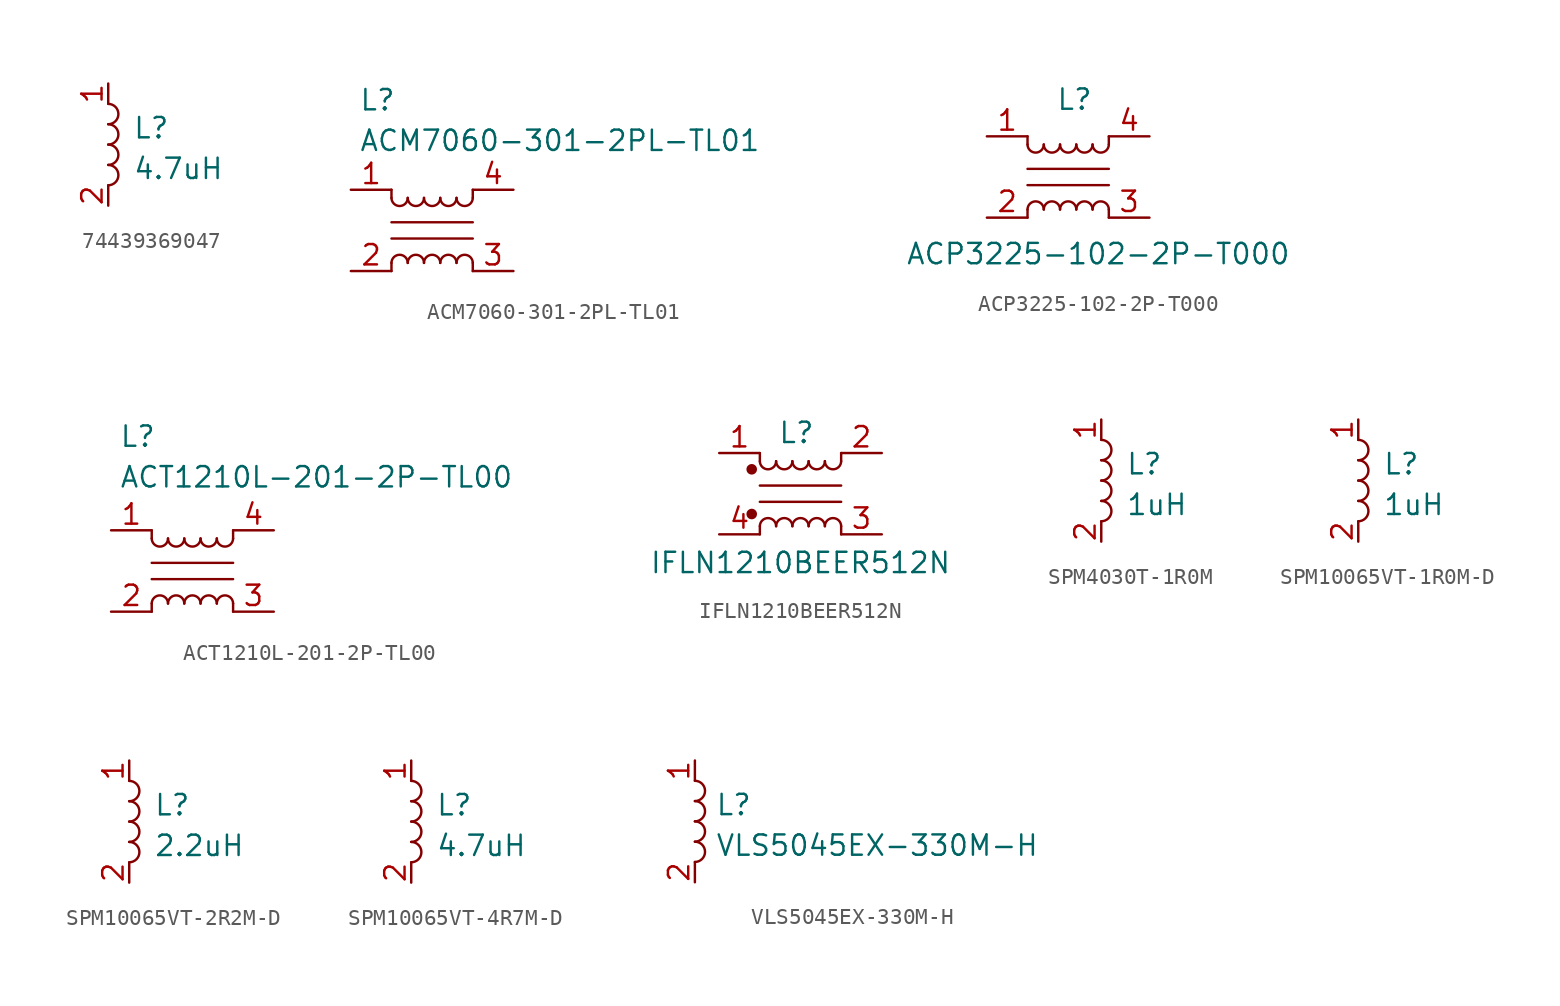
<source format=kicad_sym>
(kicad_symbol_lib
  (version 20241209)
  (generator "kicad_symbol_editor")
  (generator_version "9.0")
  (symbol "74439369047"
    (pin_names
      (hide yes))
    (property "Reference" "L"
      (at 1.524 5.588 0)
      (effects (font (size 1.27 1.27)) (justify left top)))
    (property "Value" "4.7uH"
      (at 1.524 3.048 0)
      (effects (font (size 1.27 1.27)) (justify left top)))
    (symbol "74439369047_0_1"
      (arc (start 0 6.35) (mid 0.6323 5.715) (end 0 5.08) (stroke (width 0) (type default)) (fill (type none)))
      (arc (start 0 5.08) (mid 0.6323 4.445) (end 0 3.81) (stroke (width 0) (type default)) (fill (type none)))
      (arc (start 0 3.81) (mid 0.6323 3.175) (end 0 2.54) (stroke (width 0) (type default)) (fill (type none)))
      (arc (start 0 2.54) (mid 0.6323 1.905) (end 0 1.27) (stroke (width 0) (type default)) (fill (type none))))
    (symbol "74439369047_1_1"
      (pin passive line (at 0 7.62 270) (length 1.27) (name "1" (effects (font (size 1.27 1.27)))) (number "1" (effects (font (size 1.27 1.27)))))
      (pin passive line (at 0 0 90) (length 1.27) (name "2" (effects (font (size 1.27 1.27)))) (number "2" (effects (font (size 1.27 1.27)))))))
  (symbol "ACM7060-301-2PL-TL01"
    (pin_names
      (hide yes))
    (property "Reference" "L"
      (at 0.508 6.35 0)
      (effects (font (size 1.27 1.27)) (justify left top)))
    (property "Value" "ACM7060-301-2PL-TL01"
      (at 0.508 3.81 0)
      (effects (font (size 1.27 1.27)) (justify left top)))
    (symbol "ACM7060-301-2PL-TL01_0_1"
      (polyline (pts (xy 2.54 -0.508) (xy 2.54 0)) (stroke (width 0) (type default)) (fill (type none)))
      (polyline (pts (xy 2.54 -2.032) (xy 7.62 -2.032)) (stroke (width 0) (type default)) (fill (type none)))
      (polyline (pts (xy 2.54 -4.572) (xy 2.54 -5.08)) (stroke (width 0) (type default)) (fill (type none)))
      (arc (start 3.556 -0.508) (mid 3.048 -1.0138) (end 2.54 -0.508) (stroke (width 0) (type default)) (fill (type none)))
      (arc (start 2.54 -4.572) (mid 3.048 -4.0662) (end 3.556 -4.572) (stroke (width 0) (type default)) (fill (type none)))
      (arc (start 4.572 -0.508) (mid 4.064 -1.0138) (end 3.556 -0.508) (stroke (width 0) (type default)) (fill (type none)))
      (arc (start 3.556 -4.572) (mid 4.064 -4.0662) (end 4.572 -4.572) (stroke (width 0) (type default)) (fill (type none)))
      (arc (start 5.588 -0.508) (mid 5.08 -1.0138) (end 4.572 -0.508) (stroke (width 0) (type default)) (fill (type none)))
      (arc (start 4.572 -4.572) (mid 5.08 -4.0662) (end 5.588 -4.572) (stroke (width 0) (type default)) (fill (type none)))
      (arc (start 6.604 -0.508) (mid 6.096 -1.0138) (end 5.588 -0.508) (stroke (width 0) (type default)) (fill (type none)))
      (arc (start 5.588 -4.572) (mid 6.096 -4.0662) (end 6.604 -4.572) (stroke (width 0) (type default)) (fill (type none)))
      (arc (start 7.62 -0.508) (mid 7.112 -1.0138) (end 6.604 -0.508) (stroke (width 0) (type default)) (fill (type none)))
      (arc (start 6.604 -4.572) (mid 7.112 -4.0662) (end 7.62 -4.572) (stroke (width 0) (type default)) (fill (type none)))
      (polyline (pts (xy 7.62 0) (xy 7.62 -0.508)) (stroke (width 0) (type default)) (fill (type none)))
      (polyline (pts (xy 7.62 -3.048) (xy 2.54 -3.048)) (stroke (width 0) (type default)) (fill (type none)))
      (polyline (pts (xy 7.62 -4.572) (xy 7.62 -5.08)) (stroke (width 0) (type default)) (fill (type none))))
    (symbol "ACM7060-301-2PL-TL01_1_1"
      (pin passive line (at 0 0 0) (length 2.54) (name "1" (effects (font (size 1.27 1.27)))) (number "1" (effects (font (size 1.27 1.27)))))
      (pin passive line (at 0 -5.08 0) (length 2.54) (name "2" (effects (font (size 1.27 1.27)))) (number "2" (effects (font (size 1.27 1.27)))))
      (pin passive line (at 10.16 0 180) (length 2.54) (name "4" (effects (font (size 1.27 1.27)))) (number "4" (effects (font (size 1.27 1.27)))))
      (pin passive line (at 10.16 -5.08 180) (length 2.54) (name "3" (effects (font (size 1.27 1.27)))) (number "3" (effects (font (size 1.27 1.27)))))))
  (symbol "ACP3225-102-2P-T000"
    (pin_names
      (hide yes))
    (property "Reference" "L"
      (at 4.318 3.048 0)
      (effects (font (size 1.27 1.27)) (justify left top)))
    (property "Value" "ACP3225-102-2P-T000"
      (at -5.08 -6.604 0)
      (effects (font (size 1.27 1.27)) (justify left top)))
    (symbol "ACP3225-102-2P-T000_0_1"
      (polyline (pts (xy 2.54 -0.508) (xy 2.54 0)) (stroke (width 0) (type default)) (fill (type none)))
      (polyline (pts (xy 2.54 -2.032) (xy 7.62 -2.032)) (stroke (width 0) (type default)) (fill (type none)))
      (polyline (pts (xy 2.54 -4.572) (xy 2.54 -5.08)) (stroke (width 0) (type default)) (fill (type none)))
      (arc (start 3.556 -0.508) (mid 3.048 -1.0138) (end 2.54 -0.508) (stroke (width 0) (type default)) (fill (type none)))
      (arc (start 2.54 -4.572) (mid 3.048 -4.0662) (end 3.556 -4.572) (stroke (width 0) (type default)) (fill (type none)))
      (arc (start 4.572 -0.508) (mid 4.064 -1.0138) (end 3.556 -0.508) (stroke (width 0) (type default)) (fill (type none)))
      (arc (start 3.556 -4.572) (mid 4.064 -4.0662) (end 4.572 -4.572) (stroke (width 0) (type default)) (fill (type none)))
      (arc (start 5.588 -0.508) (mid 5.08 -1.0138) (end 4.572 -0.508) (stroke (width 0) (type default)) (fill (type none)))
      (arc (start 4.572 -4.572) (mid 5.08 -4.0662) (end 5.588 -4.572) (stroke (width 0) (type default)) (fill (type none)))
      (arc (start 6.604 -0.508) (mid 6.096 -1.0138) (end 5.588 -0.508) (stroke (width 0) (type default)) (fill (type none)))
      (arc (start 5.588 -4.572) (mid 6.096 -4.0662) (end 6.604 -4.572) (stroke (width 0) (type default)) (fill (type none)))
      (arc (start 7.62 -0.508) (mid 7.112 -1.0138) (end 6.604 -0.508) (stroke (width 0) (type default)) (fill (type none)))
      (arc (start 6.604 -4.572) (mid 7.112 -4.0662) (end 7.62 -4.572) (stroke (width 0) (type default)) (fill (type none)))
      (polyline (pts (xy 7.62 0) (xy 7.62 -0.508)) (stroke (width 0) (type default)) (fill (type none)))
      (polyline (pts (xy 7.62 -3.048) (xy 2.54 -3.048)) (stroke (width 0) (type default)) (fill (type none)))
      (polyline (pts (xy 7.62 -4.572) (xy 7.62 -5.08)) (stroke (width 0) (type default)) (fill (type none))))
    (symbol "ACP3225-102-2P-T000_1_1"
      (pin passive line (at 0 0 0) (length 2.54) (name "1" (effects (font (size 1.27 1.27)))) (number "1" (effects (font (size 1.27 1.27)))))
      (pin passive line (at 0 -5.08 0) (length 2.54) (name "2" (effects (font (size 1.27 1.27)))) (number "2" (effects (font (size 1.27 1.27)))))
      (pin passive line (at 10.16 0 180) (length 2.54) (name "4" (effects (font (size 1.27 1.27)))) (number "4" (effects (font (size 1.27 1.27)))))
      (pin passive line (at 10.16 -5.08 180) (length 2.54) (name "3" (effects (font (size 1.27 1.27)))) (number "3" (effects (font (size 1.27 1.27)))))))
  (symbol "ACT1210L-201-2P-TL00"
    (pin_names
      (hide yes))
    (property "Reference" "L"
      (at 0.508 6.604 0)
      (effects (font (size 1.27 1.27)) (justify left top)))
    (property "Value" "ACT1210L-201-2P-TL00"
      (at 0.508 4.064 0)
      (effects (font (size 1.27 1.27)) (justify left top)))
    (symbol "ACT1210L-201-2P-TL00_0_1"
      (polyline (pts (xy 2.54 -0.508) (xy 2.54 0)) (stroke (width 0) (type default)) (fill (type none)))
      (polyline (pts (xy 2.54 -2.032) (xy 7.62 -2.032)) (stroke (width 0) (type default)) (fill (type none)))
      (polyline (pts (xy 2.54 -4.572) (xy 2.54 -5.08)) (stroke (width 0) (type default)) (fill (type none)))
      (arc (start 3.556 -0.508) (mid 3.048 -1.0138) (end 2.54 -0.508) (stroke (width 0) (type default)) (fill (type none)))
      (arc (start 2.54 -4.572) (mid 3.048 -4.0662) (end 3.556 -4.572) (stroke (width 0) (type default)) (fill (type none)))
      (arc (start 4.572 -0.508) (mid 4.064 -1.0138) (end 3.556 -0.508) (stroke (width 0) (type default)) (fill (type none)))
      (arc (start 3.556 -4.572) (mid 4.064 -4.0662) (end 4.572 -4.572) (stroke (width 0) (type default)) (fill (type none)))
      (arc (start 5.588 -0.508) (mid 5.08 -1.0138) (end 4.572 -0.508) (stroke (width 0) (type default)) (fill (type none)))
      (arc (start 4.572 -4.572) (mid 5.08 -4.0662) (end 5.588 -4.572) (stroke (width 0) (type default)) (fill (type none)))
      (arc (start 6.604 -0.508) (mid 6.096 -1.0138) (end 5.588 -0.508) (stroke (width 0) (type default)) (fill (type none)))
      (arc (start 5.588 -4.572) (mid 6.096 -4.0662) (end 6.604 -4.572) (stroke (width 0) (type default)) (fill (type none)))
      (arc (start 7.62 -0.508) (mid 7.112 -1.0138) (end 6.604 -0.508) (stroke (width 0) (type default)) (fill (type none)))
      (arc (start 6.604 -4.572) (mid 7.112 -4.0662) (end 7.62 -4.572) (stroke (width 0) (type default)) (fill (type none)))
      (polyline (pts (xy 7.62 0) (xy 7.62 -0.508)) (stroke (width 0) (type default)) (fill (type none)))
      (polyline (pts (xy 7.62 -3.048) (xy 2.54 -3.048)) (stroke (width 0) (type default)) (fill (type none)))
      (polyline (pts (xy 7.62 -4.572) (xy 7.62 -5.08)) (stroke (width 0) (type default)) (fill (type none))))
    (symbol "ACT1210L-201-2P-TL00_1_1"
      (pin passive line (at 0 0 0) (length 2.54) (name "1" (effects (font (size 1.27 1.27)))) (number "1" (effects (font (size 1.27 1.27)))))
      (pin passive line (at 0 -5.08 0) (length 2.54) (name "2" (effects (font (size 1.27 1.27)))) (number "2" (effects (font (size 1.27 1.27)))))
      (pin passive line (at 10.16 0 180) (length 2.54) (name "4" (effects (font (size 1.27 1.27)))) (number "4" (effects (font (size 1.27 1.27)))))
      (pin passive line (at 10.16 -5.08 180) (length 2.54) (name "3" (effects (font (size 1.27 1.27)))) (number "3" (effects (font (size 1.27 1.27)))))))
  (symbol "IFLN1210BEER512N"
    (pin_names
      (hide yes))
    (property "Reference" "L"
      (at 4.826 1.27 0)
      (effects (font (size 1.27 1.27))))
    (property "Value" "IFLN1210BEER512N"
      (at 5.08 -6.858 0)
      (effects (font (size 1.27 1.27))))
    (symbol "IFLN1210BEER512N_0_1"
      (circle (center 2.032 -1.016) (radius 0.254) (stroke (width 0) (type default)) (fill (type outline)))
      (circle (center 2.032 -3.81) (radius 0.254) (stroke (width 0) (type default)) (fill (type outline)))
      (polyline (pts (xy 2.54 -0.508) (xy 2.54 0)) (stroke (width 0) (type default)) (fill (type none)))
      (polyline (pts (xy 2.54 -2.032) (xy 7.62 -2.032)) (stroke (width 0) (type default)) (fill (type none)))
      (polyline (pts (xy 2.54 -4.572) (xy 2.54 -5.08)) (stroke (width 0) (type default)) (fill (type none)))
      (arc (start 3.556 -0.508) (mid 3.048 -1.0138) (end 2.54 -0.508) (stroke (width 0) (type default)) (fill (type none)))
      (arc (start 2.54 -4.572) (mid 3.048 -4.0662) (end 3.556 -4.572) (stroke (width 0) (type default)) (fill (type none)))
      (arc (start 4.572 -0.508) (mid 4.064 -1.0138) (end 3.556 -0.508) (stroke (width 0) (type default)) (fill (type none)))
      (arc (start 3.556 -4.572) (mid 4.064 -4.0662) (end 4.572 -4.572) (stroke (width 0) (type default)) (fill (type none)))
      (arc (start 5.588 -0.508) (mid 5.08 -1.0138) (end 4.572 -0.508) (stroke (width 0) (type default)) (fill (type none)))
      (arc (start 4.572 -4.572) (mid 5.08 -4.0662) (end 5.588 -4.572) (stroke (width 0) (type default)) (fill (type none)))
      (arc (start 6.604 -0.508) (mid 6.096 -1.0138) (end 5.588 -0.508) (stroke (width 0) (type default)) (fill (type none)))
      (arc (start 5.588 -4.572) (mid 6.096 -4.0662) (end 6.604 -4.572) (stroke (width 0) (type default)) (fill (type none)))
      (arc (start 7.62 -0.508) (mid 7.112 -1.0138) (end 6.604 -0.508) (stroke (width 0) (type default)) (fill (type none)))
      (arc (start 6.604 -4.572) (mid 7.112 -4.0662) (end 7.62 -4.572) (stroke (width 0) (type default)) (fill (type none)))
      (polyline (pts (xy 7.62 0) (xy 7.62 -0.508)) (stroke (width 0) (type default)) (fill (type none)))
      (polyline (pts (xy 7.62 -3.048) (xy 2.54 -3.048)) (stroke (width 0) (type default)) (fill (type none)))
      (polyline (pts (xy 7.62 -4.572) (xy 7.62 -5.08)) (stroke (width 0) (type default)) (fill (type none))))
    (symbol "IFLN1210BEER512N_1_1"
      (pin passive line (at 0 0 0) (length 2.54) (name "1" (effects (font (size 1.27 1.27)))) (number "1" (effects (font (size 1.27 1.27)))))
      (pin passive line (at 0 -5.08 0) (length 2.54) (name "4" (effects (font (size 1.27 1.27)))) (number "4" (effects (font (size 1.27 1.27)))))
      (pin passive line (at 10.16 0 180) (length 2.54) (name "2" (effects (font (size 1.27 1.27)))) (number "2" (effects (font (size 1.27 1.27)))))
      (pin passive line (at 10.16 -5.08 180) (length 2.54) (name "3" (effects (font (size 1.27 1.27)))) (number "3" (effects (font (size 1.27 1.27)))))))
  (symbol "SPM4030T-1R0M"
    (pin_names
      (hide yes))
    (property "Reference" "L"
      (at 1.524 5.588 0)
      (effects (font (size 1.27 1.27)) (justify left top)))
    (property "Value" "1uH"
      (at 1.524 3.048 0)
      (effects (font (size 1.27 1.27)) (justify left top)))
    (symbol "SPM4030T-1R0M_0_1"
      (arc (start 0 6.35) (mid 0.6323 5.715) (end 0 5.08) (stroke (width 0) (type default)) (fill (type none)))
      (arc (start 0 5.08) (mid 0.6323 4.445) (end 0 3.81) (stroke (width 0) (type default)) (fill (type none)))
      (arc (start 0 3.81) (mid 0.6323 3.175) (end 0 2.54) (stroke (width 0) (type default)) (fill (type none)))
      (arc (start 0 2.54) (mid 0.6323 1.905) (end 0 1.27) (stroke (width 0) (type default)) (fill (type none))))
    (symbol "SPM4030T-1R0M_1_1"
      (pin passive line (at 0 7.62 270) (length 1.27) (name "1" (effects (font (size 1.27 1.27)))) (number "1" (effects (font (size 1.27 1.27)))))
      (pin passive line (at 0 0 90) (length 1.27) (name "2" (effects (font (size 1.27 1.27)))) (number "2" (effects (font (size 1.27 1.27)))))))
  (symbol "SPM10065VT-1R0M-D"
    (pin_names
      (hide yes))
    (property "Reference" "L"
      (at 1.524 5.588 0)
      (effects (font (size 1.27 1.27)) (justify left top)))
    (property "Value" "1uH"
      (at 1.524 3.048 0)
      (effects (font (size 1.27 1.27)) (justify left top)))
    (symbol "SPM10065VT-1R0M-D_0_1"
      (arc (start 0 6.35) (mid 0.6323 5.715) (end 0 5.08) (stroke (width 0) (type default)) (fill (type none)))
      (arc (start 0 5.08) (mid 0.6323 4.445) (end 0 3.81) (stroke (width 0) (type default)) (fill (type none)))
      (arc (start 0 3.81) (mid 0.6323 3.175) (end 0 2.54) (stroke (width 0) (type default)) (fill (type none)))
      (arc (start 0 2.54) (mid 0.6323 1.905) (end 0 1.27) (stroke (width 0) (type default)) (fill (type none))))
    (symbol "SPM10065VT-1R0M-D_1_1"
      (pin passive line (at 0 7.62 270) (length 1.27) (name "1" (effects (font (size 1.27 1.27)))) (number "1" (effects (font (size 1.27 1.27)))))
      (pin passive line (at 0 0 90) (length 1.27) (name "2" (effects (font (size 1.27 1.27)))) (number "2" (effects (font (size 1.27 1.27)))))))
  (symbol "SPM10065VT-2R2M-D"
    (pin_names
      (hide yes))
    (property "Reference" "L"
      (at 1.524 5.588 0)
      (effects (font (size 1.27 1.27)) (justify left top)))
    (property "Value" "2.2uH"
      (at 1.524 3.048 0)
      (effects (font (size 1.27 1.27)) (justify left top)))
    (symbol "SPM10065VT-2R2M-D_0_1"
      (arc (start 0 6.35) (mid 0.6323 5.715) (end 0 5.08) (stroke (width 0) (type default)) (fill (type none)))
      (arc (start 0 5.08) (mid 0.6323 4.445) (end 0 3.81) (stroke (width 0) (type default)) (fill (type none)))
      (arc (start 0 3.81) (mid 0.6323 3.175) (end 0 2.54) (stroke (width 0) (type default)) (fill (type none)))
      (arc (start 0 2.54) (mid 0.6323 1.905) (end 0 1.27) (stroke (width 0) (type default)) (fill (type none))))
    (symbol "SPM10065VT-2R2M-D_1_1"
      (pin passive line (at 0 7.62 270) (length 1.27) (name "1" (effects (font (size 1.27 1.27)))) (number "1" (effects (font (size 1.27 1.27)))))
      (pin passive line (at 0 0 90) (length 1.27) (name "2" (effects (font (size 1.27 1.27)))) (number "2" (effects (font (size 1.27 1.27)))))))
  (symbol "SPM10065VT-4R7M-D"
    (pin_names
      (hide yes))
    (property "Reference" "L"
      (at 1.524 5.588 0)
      (effects (font (size 1.27 1.27)) (justify left top)))
    (property "Value" "4.7uH"
      (at 1.524 3.048 0)
      (effects (font (size 1.27 1.27)) (justify left top)))
    (symbol "SPM10065VT-4R7M-D_0_1"
      (arc (start 0 6.35) (mid 0.6323 5.715) (end 0 5.08) (stroke (width 0) (type default)) (fill (type none)))
      (arc (start 0 5.08) (mid 0.6323 4.445) (end 0 3.81) (stroke (width 0) (type default)) (fill (type none)))
      (arc (start 0 3.81) (mid 0.6323 3.175) (end 0 2.54) (stroke (width 0) (type default)) (fill (type none)))
      (arc (start 0 2.54) (mid 0.6323 1.905) (end 0 1.27) (stroke (width 0) (type default)) (fill (type none))))
    (symbol "SPM10065VT-4R7M-D_1_1"
      (pin passive line (at 0 7.62 270) (length 1.27) (name "1" (effects (font (size 1.27 1.27)))) (number "1" (effects (font (size 1.27 1.27)))))
      (pin passive line (at 0 0 90) (length 1.27) (name "2" (effects (font (size 1.27 1.27)))) (number "2" (effects (font (size 1.27 1.27)))))))
  (symbol "VLS5045EX-330M-H"
    (pin_names
      (hide yes))
    (property "Reference" "L"
      (at 1.27 5.588 0)
      (effects (font (size 1.27 1.27)) (justify left top)))
    (property "Value" "VLS5045EX-330M-H"
      (at 1.27 3.048 0)
      (effects (font (size 1.27 1.27)) (justify left top)))
    (symbol "VLS5045EX-330M-H_0_1"
      (arc (start 0 6.35) (mid 0.6323 5.715) (end 0 5.08) (stroke (width 0) (type default)) (fill (type none)))
      (arc (start 0 5.08) (mid 0.6323 4.445) (end 0 3.81) (stroke (width 0) (type default)) (fill (type none)))
      (arc (start 0 3.81) (mid 0.6323 3.175) (end 0 2.54) (stroke (width 0) (type default)) (fill (type none)))
      (arc (start 0 2.54) (mid 0.6323 1.905) (end 0 1.27) (stroke (width 0) (type default)) (fill (type none))))
    (symbol "VLS5045EX-330M-H_1_1"
      (pin passive line (at 0 7.62 270) (length 1.27) (name "1" (effects (font (size 1.27 1.27)))) (number "1" (effects (font (size 1.27 1.27)))))
      (pin passive line (at 0 0 90) (length 1.27) (name "2" (effects (font (size 1.27 1.27)))) (number "2" (effects (font (size 1.27 1.27))))))))
</source>
